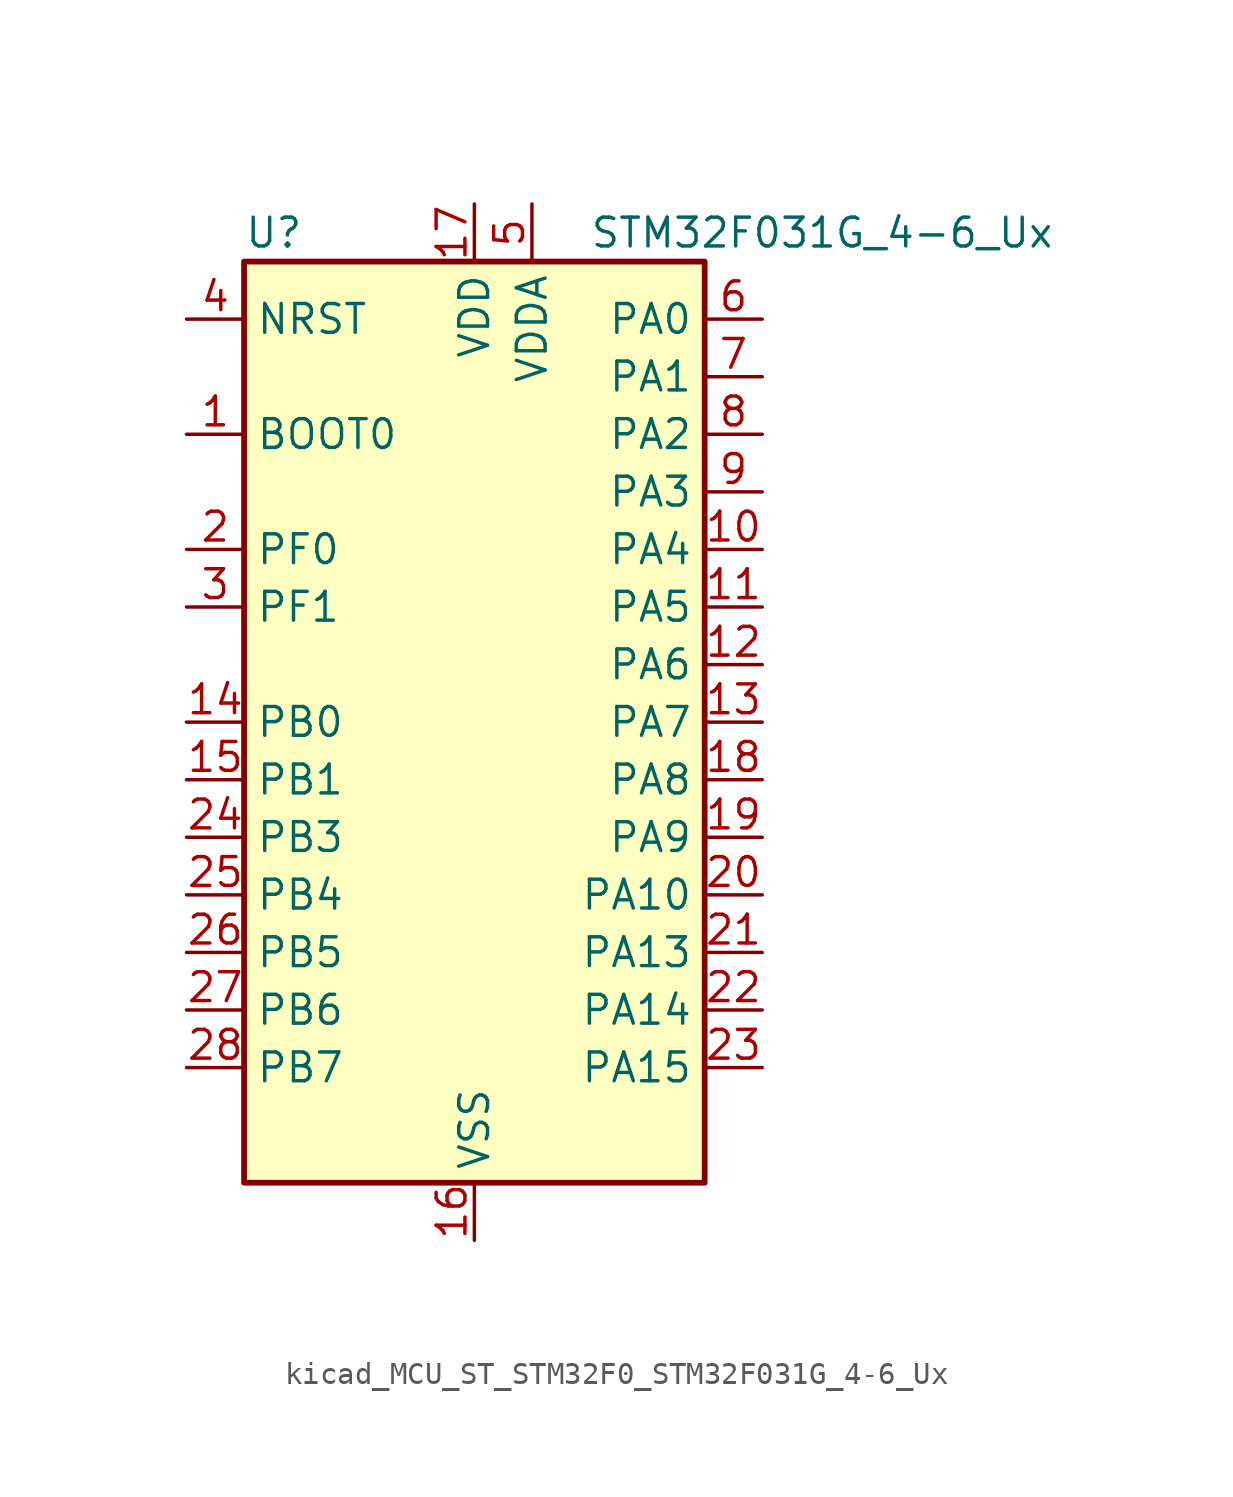
<source format=kicad_sym>
(kicad_symbol_lib
  (version 20220914)
  (generator kicad_symbol_editor)
  (symbol "kicad_MCU_ST_STM32F0_STM32F031G_4-6_Ux"
    (property "Reference" "U"
      (at -10.16 21.59 0)
      (effects (font (size 1.27 1.27)) (justify left)))
    (property "Value" "STM32F031G_4-6_Ux"
      (at 5.08 21.59 0)
      (effects (font (size 1.27 1.27)) (justify left)))
    (property "ki_locked" ""
      (at 0 0 0)
      (effects (font (size 1.27 1.27))))
    (symbol "kicad_MCU_ST_STM32F0_STM32F031G_4-6_Ux_0_1"
      (rectangle (start -10.16 -20.32) (end 10.16 20.32) (stroke (width 0.254) (type default)) (fill (type background))))
    (symbol "kicad_MCU_ST_STM32F0_STM32F031G_4-6_Ux_1_1"
      (pin input line (at -12.7 12.7 0) (length 2.54) (name "BOOT0" (effects (font (size 1.27 1.27)))) (number "1" (effects (font (size 1.27 1.27)))))
      (pin bidirectional line (at 12.7 7.62 180) (length 2.54) (name "PA4" (effects (font (size 1.27 1.27)))) (number "10" (effects (font (size 1.27 1.27)))) (alternate "ADC_IN4" bidirectional line) (alternate "I2S1_WS" bidirectional line) (alternate "SPI1_NSS" bidirectional line) (alternate "TIM14_CH1" bidirectional line) (alternate "USART1_CK" bidirectional line))
      (pin bidirectional line (at 12.7 5.08 180) (length 2.54) (name "PA5" (effects (font (size 1.27 1.27)))) (number "11" (effects (font (size 1.27 1.27)))) (alternate "ADC_IN5" bidirectional line) (alternate "I2S1_CK" bidirectional line) (alternate "SPI1_SCK" bidirectional line) (alternate "TIM2_CH1" bidirectional line) (alternate "TIM2_ETR" bidirectional line))
      (pin bidirectional line (at 12.7 2.54 180) (length 2.54) (name "PA6" (effects (font (size 1.27 1.27)))) (number "12" (effects (font (size 1.27 1.27)))) (alternate "ADC_IN6" bidirectional line) (alternate "I2S1_MCK" bidirectional line) (alternate "SPI1_MISO" bidirectional line) (alternate "TIM16_CH1" bidirectional line) (alternate "TIM1_BKIN" bidirectional line) (alternate "TIM3_CH1" bidirectional line))
      (pin bidirectional line (at 12.7 0 180) (length 2.54) (name "PA7" (effects (font (size 1.27 1.27)))) (number "13" (effects (font (size 1.27 1.27)))) (alternate "ADC_IN7" bidirectional line) (alternate "I2S1_SD" bidirectional line) (alternate "SPI1_MOSI" bidirectional line) (alternate "TIM14_CH1" bidirectional line) (alternate "TIM17_CH1" bidirectional line) (alternate "TIM1_CH1N" bidirectional line) (alternate "TIM3_CH2" bidirectional line))
      (pin bidirectional line (at -12.7 0 0) (length 2.54) (name "PB0" (effects (font (size 1.27 1.27)))) (number "14" (effects (font (size 1.27 1.27)))) (alternate "ADC_IN8" bidirectional line) (alternate "TIM1_CH2N" bidirectional line) (alternate "TIM3_CH3" bidirectional line))
      (pin bidirectional line (at -12.7 -2.54 0) (length 2.54) (name "PB1" (effects (font (size 1.27 1.27)))) (number "15" (effects (font (size 1.27 1.27)))) (alternate "ADC_IN9" bidirectional line) (alternate "TIM14_CH1" bidirectional line) (alternate "TIM1_CH3N" bidirectional line) (alternate "TIM3_CH4" bidirectional line))
      (pin power_in line (at 0 -22.86 90) (length 2.54) (name "VSS" (effects (font (size 1.27 1.27)))) (number "16" (effects (font (size 1.27 1.27)))))
      (pin power_in line (at 0 22.86 270) (length 2.54) (name "VDD" (effects (font (size 1.27 1.27)))) (number "17" (effects (font (size 1.27 1.27)))))
      (pin bidirectional line (at 12.7 -2.54 180) (length 2.54) (name "PA8" (effects (font (size 1.27 1.27)))) (number "18" (effects (font (size 1.27 1.27)))) (alternate "RCC_MCO" bidirectional line) (alternate "TIM1_CH1" bidirectional line) (alternate "USART1_CK" bidirectional line))
      (pin bidirectional line (at 12.7 -5.08 180) (length 2.54) (name "PA9" (effects (font (size 1.27 1.27)))) (number "19" (effects (font (size 1.27 1.27)))) (alternate "I2C1_SCL" bidirectional line) (alternate "TIM1_CH2" bidirectional line) (alternate "USART1_TX" bidirectional line))
      (pin bidirectional line (at -12.7 7.62 0) (length 2.54) (name "PF0" (effects (font (size 1.27 1.27)))) (number "2" (effects (font (size 1.27 1.27)))) (alternate "RCC_OSC_IN" bidirectional line))
      (pin bidirectional line (at 12.7 -7.62 180) (length 2.54) (name "PA10" (effects (font (size 1.27 1.27)))) (number "20" (effects (font (size 1.27 1.27)))) (alternate "I2C1_SDA" bidirectional line) (alternate "TIM17_BKIN" bidirectional line) (alternate "TIM1_CH3" bidirectional line) (alternate "USART1_RX" bidirectional line))
      (pin bidirectional line (at 12.7 -10.16 180) (length 2.54) (name "PA13" (effects (font (size 1.27 1.27)))) (number "21" (effects (font (size 1.27 1.27)))) (alternate "IR_OUT" bidirectional line) (alternate "SYS_SWDIO" bidirectional line))
      (pin bidirectional line (at 12.7 -12.7 180) (length 2.54) (name "PA14" (effects (font (size 1.27 1.27)))) (number "22" (effects (font (size 1.27 1.27)))) (alternate "SYS_SWCLK" bidirectional line) (alternate "USART1_TX" bidirectional line))
      (pin bidirectional line (at 12.7 -15.24 180) (length 2.54) (name "PA15" (effects (font (size 1.27 1.27)))) (number "23" (effects (font (size 1.27 1.27)))) (alternate "I2S1_WS" bidirectional line) (alternate "SPI1_NSS" bidirectional line) (alternate "TIM2_CH1" bidirectional line) (alternate "TIM2_ETR" bidirectional line) (alternate "USART1_RX" bidirectional line))
      (pin bidirectional line (at -12.7 -5.08 0) (length 2.54) (name "PB3" (effects (font (size 1.27 1.27)))) (number "24" (effects (font (size 1.27 1.27)))) (alternate "I2S1_CK" bidirectional line) (alternate "SPI1_SCK" bidirectional line) (alternate "TIM2_CH2" bidirectional line))
      (pin bidirectional line (at -12.7 -7.62 0) (length 2.54) (name "PB4" (effects (font (size 1.27 1.27)))) (number "25" (effects (font (size 1.27 1.27)))) (alternate "I2S1_MCK" bidirectional line) (alternate "SPI1_MISO" bidirectional line) (alternate "TIM3_CH1" bidirectional line))
      (pin bidirectional line (at -12.7 -10.16 0) (length 2.54) (name "PB5" (effects (font (size 1.27 1.27)))) (number "26" (effects (font (size 1.27 1.27)))) (alternate "I2C1_SMBA" bidirectional line) (alternate "I2S1_SD" bidirectional line) (alternate "SPI1_MOSI" bidirectional line) (alternate "TIM16_BKIN" bidirectional line) (alternate "TIM3_CH2" bidirectional line))
      (pin bidirectional line (at -12.7 -12.7 0) (length 2.54) (name "PB6" (effects (font (size 1.27 1.27)))) (number "27" (effects (font (size 1.27 1.27)))) (alternate "I2C1_SCL" bidirectional line) (alternate "TIM16_CH1N" bidirectional line) (alternate "USART1_TX" bidirectional line))
      (pin bidirectional line (at -12.7 -15.24 0) (length 2.54) (name "PB7" (effects (font (size 1.27 1.27)))) (number "28" (effects (font (size 1.27 1.27)))) (alternate "I2C1_SDA" bidirectional line) (alternate "TIM17_CH1N" bidirectional line) (alternate "USART1_RX" bidirectional line))
      (pin bidirectional line (at -12.7 5.08 0) (length 2.54) (name "PF1" (effects (font (size 1.27 1.27)))) (number "3" (effects (font (size 1.27 1.27)))) (alternate "RCC_OSC_OUT" bidirectional line))
      (pin input line (at -12.7 17.78 0) (length 2.54) (name "NRST" (effects (font (size 1.27 1.27)))) (number "4" (effects (font (size 1.27 1.27)))))
      (pin power_in line (at 2.54 22.86 270) (length 2.54) (name "VDDA" (effects (font (size 1.27 1.27)))) (number "5" (effects (font (size 1.27 1.27)))))
      (pin bidirectional line (at 12.7 17.78 180) (length 2.54) (name "PA0" (effects (font (size 1.27 1.27)))) (number "6" (effects (font (size 1.27 1.27)))) (alternate "ADC_IN0" bidirectional line) (alternate "RTC_TAMP2" bidirectional line) (alternate "SYS_WKUP1" bidirectional line) (alternate "TIM2_CH1" bidirectional line) (alternate "TIM2_ETR" bidirectional line) (alternate "USART1_CTS" bidirectional line))
      (pin bidirectional line (at 12.7 15.24 180) (length 2.54) (name "PA1" (effects (font (size 1.27 1.27)))) (number "7" (effects (font (size 1.27 1.27)))) (alternate "ADC_IN1" bidirectional line) (alternate "TIM2_CH2" bidirectional line) (alternate "USART1_DE" bidirectional line) (alternate "USART1_RTS" bidirectional line))
      (pin bidirectional line (at 12.7 12.7 180) (length 2.54) (name "PA2" (effects (font (size 1.27 1.27)))) (number "8" (effects (font (size 1.27 1.27)))) (alternate "ADC_IN2" bidirectional line) (alternate "TIM2_CH3" bidirectional line) (alternate "USART1_TX" bidirectional line))
      (pin bidirectional line (at 12.7 10.16 180) (length 2.54) (name "PA3" (effects (font (size 1.27 1.27)))) (number "9" (effects (font (size 1.27 1.27)))) (alternate "ADC_IN3" bidirectional line) (alternate "TIM2_CH4" bidirectional line) (alternate "USART1_RX" bidirectional line)))))
</source>
